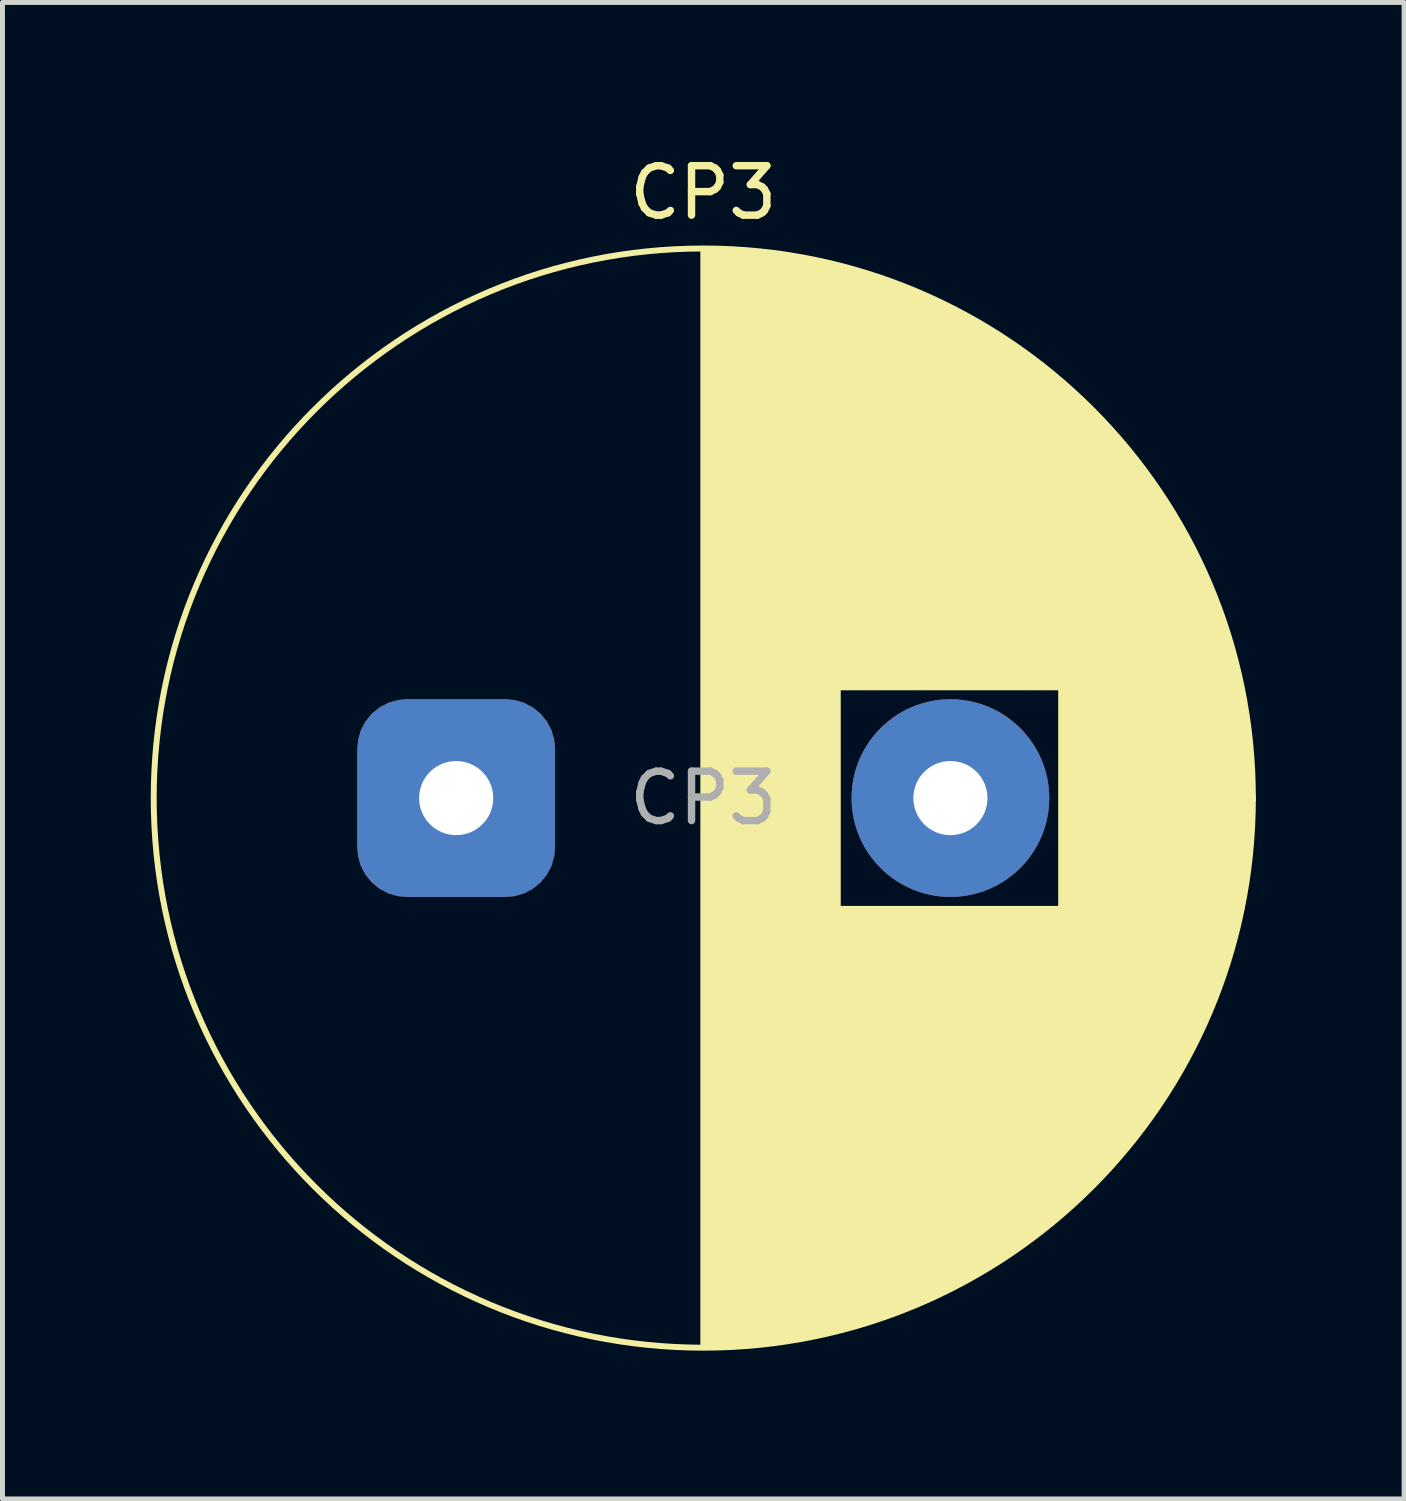
<source format=kicad_pcb>
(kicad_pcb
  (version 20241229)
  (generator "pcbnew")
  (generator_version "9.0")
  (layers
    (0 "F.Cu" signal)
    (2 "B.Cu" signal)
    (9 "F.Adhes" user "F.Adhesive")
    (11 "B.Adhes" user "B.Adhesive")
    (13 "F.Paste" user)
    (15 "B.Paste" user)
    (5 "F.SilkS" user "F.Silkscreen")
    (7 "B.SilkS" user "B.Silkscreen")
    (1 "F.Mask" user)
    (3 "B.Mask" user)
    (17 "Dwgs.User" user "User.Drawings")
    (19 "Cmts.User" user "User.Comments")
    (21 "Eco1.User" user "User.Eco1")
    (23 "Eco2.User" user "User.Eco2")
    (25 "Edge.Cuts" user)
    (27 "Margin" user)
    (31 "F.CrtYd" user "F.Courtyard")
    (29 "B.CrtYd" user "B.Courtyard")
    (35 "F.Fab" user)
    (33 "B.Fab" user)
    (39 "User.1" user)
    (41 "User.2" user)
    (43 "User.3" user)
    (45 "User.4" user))
  (footprint "CP3"
    (layer "F.Cu")
    (at 6.18 13.098)
    (property "Reference" "CP3" (at 5 -12.25 0) (layer "F.SilkS") (effects (font (size 1 1) (thickness 0.15))))
    (attr through_hole)
    (fp_line (start 5 -11.081) (end 5 11.081) (stroke (width 0.12) (type solid)) (layer "F.SilkS"))
    (fp_line (start 5.04 -11.08) (end 5.04 11.08) (stroke (width 0.12) (type solid)) (layer "F.SilkS"))
    (fp_line (start 5.08 -11.08) (end 5.08 11.08) (stroke (width 0.12) (type solid)) (layer "F.SilkS"))
    (fp_line (start 5.12 -11.08) (end 5.12 11.08) (stroke (width 0.12) (type solid)) (layer "F.SilkS"))
    (fp_line (start 5.16 -11.079) (end 5.16 11.079) (stroke (width 0.12) (type solid)) (layer "F.SilkS"))
    (fp_line (start 5.2 -11.079) (end 5.2 11.079) (stroke (width 0.12) (type solid)) (layer "F.SilkS"))
    (fp_line (start 5.24 -11.078) (end 5.24 11.078) (stroke (width 0.12) (type solid)) (layer "F.SilkS"))
    (fp_line (start 5.28 -11.077) (end 5.28 11.077) (stroke (width 0.12) (type solid)) (layer "F.SilkS"))
    (fp_line (start 5.32 -11.076) (end 5.32 11.076) (stroke (width 0.12) (type solid)) (layer "F.SilkS"))
    (fp_line (start 5.36 -11.075) (end 5.36 11.075) (stroke (width 0.12) (type solid)) (layer "F.SilkS"))
    (fp_line (start 5.4 -11.073) (end 5.4 11.073) (stroke (width 0.12) (type solid)) (layer "F.SilkS"))
    (fp_line (start 5.44 -11.072) (end 5.44 11.072) (stroke (width 0.12) (type solid)) (layer "F.SilkS"))
    (fp_line (start 5.48 -11.07) (end 5.48 11.07) (stroke (width 0.12) (type solid)) (layer "F.SilkS"))
    (fp_line (start 5.52 -11.068) (end 5.52 11.068) (stroke (width 0.12) (type solid)) (layer "F.SilkS"))
    (fp_line (start 5.56 -11.066) (end 5.56 11.066) (stroke (width 0.12) (type solid)) (layer "F.SilkS"))
    (fp_line (start 5.6 -11.064) (end 5.6 11.064) (stroke (width 0.12) (type solid)) (layer "F.SilkS"))
    (fp_line (start 5.64 -11.062) (end 5.64 11.062) (stroke (width 0.12) (type solid)) (layer "F.SilkS"))
    (fp_line (start 5.68 -11.06) (end 5.68 11.06) (stroke (width 0.12) (type solid)) (layer "F.SilkS"))
    (fp_line (start 5.721 -11.057) (end 5.721 11.057) (stroke (width 0.12) (type solid)) (layer "F.SilkS"))
    (fp_line (start 5.761 -11.054) (end 5.761 11.054) (stroke (width 0.12) (type solid)) (layer "F.SilkS"))
    (fp_line (start 5.801 -11.052) (end 5.801 11.052) (stroke (width 0.12) (type solid)) (layer "F.SilkS"))
    (fp_line (start 5.841 -11.049) (end 5.841 11.049) (stroke (width 0.12) (type solid)) (layer "F.SilkS"))
    (fp_line (start 5.881 -11.046) (end 5.881 11.046) (stroke (width 0.12) (type solid)) (layer "F.SilkS"))
    (fp_line (start 5.921 -11.042) (end 5.921 11.042) (stroke (width 0.12) (type solid)) (layer "F.SilkS"))
    (fp_line (start 5.961 -11.039) (end 5.961 11.039) (stroke (width 0.12) (type solid)) (layer "F.SilkS"))
    (fp_line (start 6.001 -11.035) (end 6.001 11.035) (stroke (width 0.12) (type solid)) (layer "F.SilkS"))
    (fp_line (start 6.041 -11.032) (end 6.041 11.032) (stroke (width 0.12) (type solid)) (layer "F.SilkS"))
    (fp_line (start 6.081 -11.028) (end 6.081 11.028) (stroke (width 0.12) (type solid)) (layer "F.SilkS"))
    (fp_line (start 6.121 -11.024) (end 6.121 11.024) (stroke (width 0.12) (type solid)) (layer "F.SilkS"))
    (fp_line (start 6.161 -11.02) (end 6.161 11.02) (stroke (width 0.12) (type solid)) (layer "F.SilkS"))
    (fp_line (start 6.201 -11.016) (end 6.201 11.016) (stroke (width 0.12) (type solid)) (layer "F.SilkS"))
    (fp_line (start 6.241 -11.011) (end 6.241 11.011) (stroke (width 0.12) (type solid)) (layer "F.SilkS"))
    (fp_line (start 6.281 -11.007) (end 6.281 11.007) (stroke (width 0.12) (type solid)) (layer "F.SilkS"))
    (fp_line (start 6.321 -11.002) (end 6.321 11.002) (stroke (width 0.12) (type solid)) (layer "F.SilkS"))
    (fp_line (start 6.361 -10.997) (end 6.361 10.997) (stroke (width 0.12) (type solid)) (layer "F.SilkS"))
    (fp_line (start 6.401 -10.992) (end 6.401 10.992) (stroke (width 0.12) (type solid)) (layer "F.SilkS"))
    (fp_line (start 6.441 -10.987) (end 6.441 10.987) (stroke (width 0.12) (type solid)) (layer "F.SilkS"))
    (fp_line (start 6.481 -10.982) (end 6.481 10.982) (stroke (width 0.12) (type solid)) (layer "F.SilkS"))
    (fp_line (start 6.521 -10.976) (end 6.521 10.976) (stroke (width 0.12) (type solid)) (layer "F.SilkS"))
    (fp_line (start 6.561 -10.971) (end 6.561 10.971) (stroke (width 0.12) (type solid)) (layer "F.SilkS"))
    (fp_line (start 6.601 -10.965) (end 6.601 10.965) (stroke (width 0.12) (type solid)) (layer "F.SilkS"))
    (fp_line (start 6.641 -10.959) (end 6.641 10.959) (stroke (width 0.12) (type solid)) (layer "F.SilkS"))
    (fp_line (start 6.681 -10.953) (end 6.681 10.953) (stroke (width 0.12) (type solid)) (layer "F.SilkS"))
    (fp_line (start 6.721 -10.947) (end 6.721 10.947) (stroke (width 0.12) (type solid)) (layer "F.SilkS"))
    (fp_line (start 6.761 -10.94) (end 6.761 10.94) (stroke (width 0.12) (type solid)) (layer "F.SilkS"))
    (fp_line (start 6.801 -10.934) (end 6.801 10.934) (stroke (width 0.12) (type solid)) (layer "F.SilkS"))
    (fp_line (start 6.841 -10.927) (end 6.841 10.927) (stroke (width 0.12) (type solid)) (layer "F.SilkS"))
    (fp_line (start 6.881 -10.92) (end 6.881 10.92) (stroke (width 0.12) (type solid)) (layer "F.SilkS"))
    (fp_line (start 6.921 -10.913) (end 6.921 10.913) (stroke (width 0.12) (type solid)) (layer "F.SilkS"))
    (fp_line (start 6.961 -10.906) (end 6.961 10.906) (stroke (width 0.12) (type solid)) (layer "F.SilkS"))
    (fp_line (start 7.001 -10.899) (end 7.001 10.899) (stroke (width 0.12) (type solid)) (layer "F.SilkS"))
    (fp_line (start 7.041 -10.892) (end 7.041 10.892) (stroke (width 0.12) (type solid)) (layer "F.SilkS"))
    (fp_line (start 7.081 -10.884) (end 7.081 10.884) (stroke (width 0.12) (type solid)) (layer "F.SilkS"))
    (fp_line (start 7.121 -10.877) (end 7.121 10.877) (stroke (width 0.12) (type solid)) (layer "F.SilkS"))
    (fp_line (start 7.161 -10.869) (end 7.161 10.869) (stroke (width 0.12) (type solid)) (layer "F.SilkS"))
    (fp_line (start 7.201 -10.861) (end 7.201 10.861) (stroke (width 0.12) (type solid)) (layer "F.SilkS"))
    (fp_line (start 7.241 -10.853) (end 7.241 10.853) (stroke (width 0.12) (type solid)) (layer "F.SilkS"))
    (fp_line (start 7.281 -10.844) (end 7.281 10.844) (stroke (width 0.12) (type solid)) (layer "F.SilkS"))
    (fp_line (start 7.321 -10.836) (end 7.321 10.836) (stroke (width 0.12) (type solid)) (layer "F.SilkS"))
    (fp_line (start 7.361 -10.827) (end 7.361 10.827) (stroke (width 0.12) (type solid)) (layer "F.SilkS"))
    (fp_line (start 7.401 -10.818) (end 7.401 10.818) (stroke (width 0.12) (type solid)) (layer "F.SilkS"))
    (fp_line (start 7.441 -10.809) (end 7.441 10.809) (stroke (width 0.12) (type solid)) (layer "F.SilkS"))
    (fp_line (start 7.481 -10.8) (end 7.481 10.8) (stroke (width 0.12) (type solid)) (layer "F.SilkS"))
    (fp_line (start 7.521 -10.791) (end 7.521 10.791) (stroke (width 0.12) (type solid)) (layer "F.SilkS"))
    (fp_line (start 7.561 -10.782) (end 7.561 10.782) (stroke (width 0.12) (type solid)) (layer "F.SilkS"))
    (fp_line (start 7.601 -10.772) (end 7.601 10.772) (stroke (width 0.12) (type solid)) (layer "F.SilkS"))
    (fp_line (start 7.641 -10.763) (end 7.641 10.763) (stroke (width 0.12) (type solid)) (layer "F.SilkS"))
    (fp_line (start 7.681 -10.753) (end 7.681 10.753) (stroke (width 0.12) (type solid)) (layer "F.SilkS"))
    (fp_line (start 7.721 -10.743) (end 7.721 10.743) (stroke (width 0.12) (type solid)) (layer "F.SilkS"))
    (fp_line (start 7.761 -10.733) (end 7.761 -2.24) (stroke (width 0.12) (type solid)) (layer "F.SilkS"))
    (fp_line (start 7.761 2.24) (end 7.761 10.733) (stroke (width 0.12) (type solid)) (layer "F.SilkS"))
    (fp_line (start 7.801 -10.722) (end 7.801 -2.24) (stroke (width 0.12) (type solid)) (layer "F.SilkS"))
    (fp_line (start 7.801 2.24) (end 7.801 10.722) (stroke (width 0.12) (type solid)) (layer "F.SilkS"))
    (fp_line (start 7.841 -10.712) (end 7.841 -2.24) (stroke (width 0.12) (type solid)) (layer "F.SilkS"))
    (fp_line (start 7.841 2.24) (end 7.841 10.712) (stroke (width 0.12) (type solid)) (layer "F.SilkS"))
    (fp_line (start 7.881 -10.701) (end 7.881 -2.24) (stroke (width 0.12) (type solid)) (layer "F.SilkS"))
    (fp_line (start 7.881 2.24) (end 7.881 10.701) (stroke (width 0.12) (type solid)) (layer "F.SilkS"))
    (fp_line (start 7.921 -10.69) (end 7.921 -2.24) (stroke (width 0.12) (type solid)) (layer "F.SilkS"))
    (fp_line (start 7.921 2.24) (end 7.921 10.69) (stroke (width 0.12) (type solid)) (layer "F.SilkS"))
    (fp_line (start 7.961 -10.679) (end 7.961 -2.24) (stroke (width 0.12) (type solid)) (layer "F.SilkS"))
    (fp_line (start 7.961 2.24) (end 7.961 10.679) (stroke (width 0.12) (type solid)) (layer "F.SilkS"))
    (fp_line (start 8.001 -10.668) (end 8.001 -2.24) (stroke (width 0.12) (type solid)) (layer "F.SilkS"))
    (fp_line (start 8.001 2.24) (end 8.001 10.668) (stroke (width 0.12) (type solid)) (layer "F.SilkS"))
    (fp_line (start 8.041 -10.657) (end 8.041 -2.24) (stroke (width 0.12) (type solid)) (layer "F.SilkS"))
    (fp_line (start 8.041 2.24) (end 8.041 10.657) (stroke (width 0.12) (type solid)) (layer "F.SilkS"))
    (fp_line (start 8.081 -10.645) (end 8.081 -2.24) (stroke (width 0.12) (type solid)) (layer "F.SilkS"))
    (fp_line (start 8.081 2.24) (end 8.081 10.645) (stroke (width 0.12) (type solid)) (layer "F.SilkS"))
    (fp_line (start 8.121 -10.634) (end 8.121 -2.24) (stroke (width 0.12) (type solid)) (layer "F.SilkS"))
    (fp_line (start 8.121 2.24) (end 8.121 10.634) (stroke (width 0.12) (type solid)) (layer "F.SilkS"))
    (fp_line (start 8.161 -10.622) (end 8.161 -2.24) (stroke (width 0.12) (type solid)) (layer "F.SilkS"))
    (fp_line (start 8.161 2.24) (end 8.161 10.622) (stroke (width 0.12) (type solid)) (layer "F.SilkS"))
    (fp_line (start 8.201 -10.61) (end 8.201 -2.24) (stroke (width 0.12) (type solid)) (layer "F.SilkS"))
    (fp_line (start 8.201 2.24) (end 8.201 10.61) (stroke (width 0.12) (type solid)) (layer "F.SilkS"))
    (fp_line (start 8.241 -10.598) (end 8.241 -2.24) (stroke (width 0.12) (type solid)) (layer "F.SilkS"))
    (fp_line (start 8.241 2.24) (end 8.241 10.598) (stroke (width 0.12) (type solid)) (layer "F.SilkS"))
    (fp_line (start 8.281 -10.586) (end 8.281 -2.24) (stroke (width 0.12) (type solid)) (layer "F.SilkS"))
    (fp_line (start 8.281 2.24) (end 8.281 10.586) (stroke (width 0.12) (type solid)) (layer "F.SilkS"))
    (fp_line (start 8.321 -10.573) (end 8.321 -2.24) (stroke (width 0.12) (type solid)) (layer "F.SilkS"))
    (fp_line (start 8.321 2.24) (end 8.321 10.573) (stroke (width 0.12) (type solid)) (layer "F.SilkS"))
    (fp_line (start 8.361 -10.561) (end 8.361 -2.24) (stroke (width 0.12) (type solid)) (layer "F.SilkS"))
    (fp_line (start 8.361 2.24) (end 8.361 10.561) (stroke (width 0.12) (type solid)) (layer "F.SilkS"))
    (fp_line (start 8.401 -10.548) (end 8.401 -2.24) (stroke (width 0.12) (type solid)) (layer "F.SilkS"))
    (fp_line (start 8.401 2.24) (end 8.401 10.548) (stroke (width 0.12) (type solid)) (layer "F.SilkS"))
    (fp_line (start 8.441 -10.535) (end 8.441 -2.24) (stroke (width 0.12) (type solid)) (layer "F.SilkS"))
    (fp_line (start 8.441 2.24) (end 8.441 10.535) (stroke (width 0.12) (type solid)) (layer "F.SilkS"))
    (fp_line (start 8.481 -10.522) (end 8.481 -2.24) (stroke (width 0.12) (type solid)) (layer "F.SilkS"))
    (fp_line (start 8.481 2.24) (end 8.481 10.522) (stroke (width 0.12) (type solid)) (layer "F.SilkS"))
    (fp_line (start 8.521 -10.509) (end 8.521 -2.24) (stroke (width 0.12) (type solid)) (layer "F.SilkS"))
    (fp_line (start 8.521 2.24) (end 8.521 10.509) (stroke (width 0.12) (type solid)) (layer "F.SilkS"))
    (fp_line (start 8.561 -10.495) (end 8.561 -2.24) (stroke (width 0.12) (type solid)) (layer "F.SilkS"))
    (fp_line (start 8.561 2.24) (end 8.561 10.495) (stroke (width 0.12) (type solid)) (layer "F.SilkS"))
    (fp_line (start 8.601 -10.482) (end 8.601 -2.24) (stroke (width 0.12) (type solid)) (layer "F.SilkS"))
    (fp_line (start 8.601 2.24) (end 8.601 10.482) (stroke (width 0.12) (type solid)) (layer "F.SilkS"))
    (fp_line (start 8.641 -10.468) (end 8.641 -2.24) (stroke (width 0.12) (type solid)) (layer "F.SilkS"))
    (fp_line (start 8.641 2.24) (end 8.641 10.468) (stroke (width 0.12) (type solid)) (layer "F.SilkS"))
    (fp_line (start 8.681 -10.454) (end 8.681 -2.24) (stroke (width 0.12) (type solid)) (layer "F.SilkS"))
    (fp_line (start 8.681 2.24) (end 8.681 10.454) (stroke (width 0.12) (type solid)) (layer "F.SilkS"))
    (fp_line (start 8.721 -10.44) (end 8.721 -2.24) (stroke (width 0.12) (type solid)) (layer "F.SilkS"))
    (fp_line (start 8.721 2.24) (end 8.721 10.44) (stroke (width 0.12) (type solid)) (layer "F.SilkS"))
    (fp_line (start 8.761 -10.426) (end 8.761 -2.24) (stroke (width 0.12) (type solid)) (layer "F.SilkS"))
    (fp_line (start 8.761 2.24) (end 8.761 10.426) (stroke (width 0.12) (type solid)) (layer "F.SilkS"))
    (fp_line (start 8.801 -10.411) (end 8.801 -2.24) (stroke (width 0.12) (type solid)) (layer "F.SilkS"))
    (fp_line (start 8.801 2.24) (end 8.801 10.411) (stroke (width 0.12) (type solid)) (layer "F.SilkS"))
    (fp_line (start 8.841 -10.396) (end 8.841 -2.24) (stroke (width 0.12) (type solid)) (layer "F.SilkS"))
    (fp_line (start 8.841 2.24) (end 8.841 10.396) (stroke (width 0.12) (type solid)) (layer "F.SilkS"))
    (fp_line (start 8.881 -10.382) (end 8.881 -2.24) (stroke (width 0.12) (type solid)) (layer "F.SilkS"))
    (fp_line (start 8.881 2.24) (end 8.881 10.382) (stroke (width 0.12) (type solid)) (layer "F.SilkS"))
    (fp_line (start 8.921 -10.367) (end 8.921 -2.24) (stroke (width 0.12) (type solid)) (layer "F.SilkS"))
    (fp_line (start 8.921 2.24) (end 8.921 10.367) (stroke (width 0.12) (type solid)) (layer "F.SilkS"))
    (fp_line (start 8.961 -10.351) (end 8.961 -2.24) (stroke (width 0.12) (type solid)) (layer "F.SilkS"))
    (fp_line (start 8.961 2.24) (end 8.961 10.351) (stroke (width 0.12) (type solid)) (layer "F.SilkS"))
    (fp_line (start 9.001 -10.336) (end 9.001 -2.24) (stroke (width 0.12) (type solid)) (layer "F.SilkS"))
    (fp_line (start 9.001 2.24) (end 9.001 10.336) (stroke (width 0.12) (type solid)) (layer "F.SilkS"))
    (fp_line (start 9.041 -10.321) (end 9.041 -2.24) (stroke (width 0.12) (type solid)) (layer "F.SilkS"))
    (fp_line (start 9.041 2.24) (end 9.041 10.321) (stroke (width 0.12) (type solid)) (layer "F.SilkS"))
    (fp_line (start 9.081 -10.305) (end 9.081 -2.24) (stroke (width 0.12) (type solid)) (layer "F.SilkS"))
    (fp_line (start 9.081 2.24) (end 9.081 10.305) (stroke (width 0.12) (type solid)) (layer "F.SilkS"))
    (fp_line (start 9.121 -10.289) (end 9.121 -2.24) (stroke (width 0.12) (type solid)) (layer "F.SilkS"))
    (fp_line (start 9.121 2.24) (end 9.121 10.289) (stroke (width 0.12) (type solid)) (layer "F.SilkS"))
    (fp_line (start 9.161 -10.273) (end 9.161 -2.24) (stroke (width 0.12) (type solid)) (layer "F.SilkS"))
    (fp_line (start 9.161 2.24) (end 9.161 10.273) (stroke (width 0.12) (type solid)) (layer "F.SilkS"))
    (fp_line (start 9.201 -10.257) (end 9.201 -2.24) (stroke (width 0.12) (type solid)) (layer "F.SilkS"))
    (fp_line (start 9.201 2.24) (end 9.201 10.257) (stroke (width 0.12) (type solid)) (layer "F.SilkS"))
    (fp_line (start 9.241 -10.24) (end 9.241 -2.24) (stroke (width 0.12) (type solid)) (layer "F.SilkS"))
    (fp_line (start 9.241 2.24) (end 9.241 10.24) (stroke (width 0.12) (type solid)) (layer "F.SilkS"))
    (fp_line (start 9.281 -10.224) (end 9.281 -2.24) (stroke (width 0.12) (type solid)) (layer "F.SilkS"))
    (fp_line (start 9.281 2.24) (end 9.281 10.224) (stroke (width 0.12) (type solid)) (layer "F.SilkS"))
    (fp_line (start 9.321 -10.207) (end 9.321 -2.24) (stroke (width 0.12) (type solid)) (layer "F.SilkS"))
    (fp_line (start 9.321 2.24) (end 9.321 10.207) (stroke (width 0.12) (type solid)) (layer "F.SilkS"))
    (fp_line (start 9.361 -10.19) (end 9.361 -2.24) (stroke (width 0.12) (type solid)) (layer "F.SilkS"))
    (fp_line (start 9.361 2.24) (end 9.361 10.19) (stroke (width 0.12) (type solid)) (layer "F.SilkS"))
    (fp_line (start 9.401 -10.173) (end 9.401 -2.24) (stroke (width 0.12) (type solid)) (layer "F.SilkS"))
    (fp_line (start 9.401 2.24) (end 9.401 10.173) (stroke (width 0.12) (type solid)) (layer "F.SilkS"))
    (fp_line (start 9.441 -10.156) (end 9.441 -2.24) (stroke (width 0.12) (type solid)) (layer "F.SilkS"))
    (fp_line (start 9.441 2.24) (end 9.441 10.156) (stroke (width 0.12) (type solid)) (layer "F.SilkS"))
    (fp_line (start 9.481 -10.138) (end 9.481 -2.24) (stroke (width 0.12) (type solid)) (layer "F.SilkS"))
    (fp_line (start 9.481 2.24) (end 9.481 10.138) (stroke (width 0.12) (type solid)) (layer "F.SilkS"))
    (fp_line (start 9.521 -10.12) (end 9.521 -2.24) (stroke (width 0.12) (type solid)) (layer "F.SilkS"))
    (fp_line (start 9.521 2.24) (end 9.521 10.12) (stroke (width 0.12) (type solid)) (layer "F.SilkS"))
    (fp_line (start 9.561 -10.103) (end 9.561 -2.24) (stroke (width 0.12) (type solid)) (layer "F.SilkS"))
    (fp_line (start 9.561 2.24) (end 9.561 10.103) (stroke (width 0.12) (type solid)) (layer "F.SilkS"))
    (fp_line (start 9.601 -10.084) (end 9.601 -2.24) (stroke (width 0.12) (type solid)) (layer "F.SilkS"))
    (fp_line (start 9.601 2.24) (end 9.601 10.084) (stroke (width 0.12) (type solid)) (layer "F.SilkS"))
    (fp_line (start 9.641 -10.066) (end 9.641 -2.24) (stroke (width 0.12) (type solid)) (layer "F.SilkS"))
    (fp_line (start 9.641 2.24) (end 9.641 10.066) (stroke (width 0.12) (type solid)) (layer "F.SilkS"))
    (fp_line (start 9.681 -10.048) (end 9.681 -2.24) (stroke (width 0.12) (type solid)) (layer "F.SilkS"))
    (fp_line (start 9.681 2.24) (end 9.681 10.048) (stroke (width 0.12) (type solid)) (layer "F.SilkS"))
    (fp_line (start 9.721 -10.029) (end 9.721 -2.24) (stroke (width 0.12) (type solid)) (layer "F.SilkS"))
    (fp_line (start 9.721 2.24) (end 9.721 10.029) (stroke (width 0.12) (type solid)) (layer "F.SilkS"))
    (fp_line (start 9.761 -10.01) (end 9.761 -2.24) (stroke (width 0.12) (type solid)) (layer "F.SilkS"))
    (fp_line (start 9.761 2.24) (end 9.761 10.01) (stroke (width 0.12) (type solid)) (layer "F.SilkS"))
    (fp_line (start 9.801 -9.991) (end 9.801 -2.24) (stroke (width 0.12) (type solid)) (layer "F.SilkS"))
    (fp_line (start 9.801 2.24) (end 9.801 9.991) (stroke (width 0.12) (type solid)) (layer "F.SilkS"))
    (fp_line (start 9.841 -9.972) (end 9.841 -2.24) (stroke (width 0.12) (type solid)) (layer "F.SilkS"))
    (fp_line (start 9.841 2.24) (end 9.841 9.972) (stroke (width 0.12) (type solid)) (layer "F.SilkS"))
    (fp_line (start 9.881 -9.952) (end 9.881 -2.24) (stroke (width 0.12) (type solid)) (layer "F.SilkS"))
    (fp_line (start 9.881 2.24) (end 9.881 9.952) (stroke (width 0.12) (type solid)) (layer "F.SilkS"))
    (fp_line (start 9.921 -9.933) (end 9.921 -2.24) (stroke (width 0.12) (type solid)) (layer "F.SilkS"))
    (fp_line (start 9.921 2.24) (end 9.921 9.933) (stroke (width 0.12) (type solid)) (layer "F.SilkS"))
    (fp_line (start 9.961 -9.913) (end 9.961 -2.24) (stroke (width 0.12) (type solid)) (layer "F.SilkS"))
    (fp_line (start 9.961 2.24) (end 9.961 9.913) (stroke (width 0.12) (type solid)) (layer "F.SilkS"))
    (fp_line (start 10.001 -9.893) (end 10.001 -2.24) (stroke (width 0.12) (type solid)) (layer "F.SilkS"))
    (fp_line (start 10.001 2.24) (end 10.001 9.893) (stroke (width 0.12) (type solid)) (layer "F.SilkS"))
    (fp_line (start 10.041 -9.873) (end 10.041 -2.24) (stroke (width 0.12) (type solid)) (layer "F.SilkS"))
    (fp_line (start 10.041 2.24) (end 10.041 9.873) (stroke (width 0.12) (type solid)) (layer "F.SilkS"))
    (fp_line (start 10.081 -9.852) (end 10.081 -2.24) (stroke (width 0.12) (type solid)) (layer "F.SilkS"))
    (fp_line (start 10.081 2.24) (end 10.081 9.852) (stroke (width 0.12) (type solid)) (layer "F.SilkS"))
    (fp_line (start 10.121 -9.832) (end 10.121 -2.24) (stroke (width 0.12) (type solid)) (layer "F.SilkS"))
    (fp_line (start 10.121 2.24) (end 10.121 9.832) (stroke (width 0.12) (type solid)) (layer "F.SilkS"))
    (fp_line (start 10.161 -9.811) (end 10.161 -2.24) (stroke (width 0.12) (type solid)) (layer "F.SilkS"))
    (fp_line (start 10.161 2.24) (end 10.161 9.811) (stroke (width 0.12) (type solid)) (layer "F.SilkS"))
    (fp_line (start 10.201 -9.79) (end 10.201 -2.24) (stroke (width 0.12) (type solid)) (layer "F.SilkS"))
    (fp_line (start 10.201 2.24) (end 10.201 9.79) (stroke (width 0.12) (type solid)) (layer "F.SilkS"))
    (fp_line (start 10.241 -9.768) (end 10.241 -2.24) (stroke (width 0.12) (type solid)) (layer "F.SilkS"))
    (fp_line (start 10.241 2.24) (end 10.241 9.768) (stroke (width 0.12) (type solid)) (layer "F.SilkS"))
    (fp_line (start 10.281 -9.747) (end 10.281 -2.24) (stroke (width 0.12) (type solid)) (layer "F.SilkS"))
    (fp_line (start 10.281 2.24) (end 10.281 9.747) (stroke (width 0.12) (type solid)) (layer "F.SilkS"))
    (fp_line (start 10.321 -9.725) (end 10.321 -2.24) (stroke (width 0.12) (type solid)) (layer "F.SilkS"))
    (fp_line (start 10.321 2.24) (end 10.321 9.725) (stroke (width 0.12) (type solid)) (layer "F.SilkS"))
    (fp_line (start 10.361 -9.703) (end 10.361 -2.24) (stroke (width 0.12) (type solid)) (layer "F.SilkS"))
    (fp_line (start 10.361 2.24) (end 10.361 9.703) (stroke (width 0.12) (type solid)) (layer "F.SilkS"))
    (fp_line (start 10.401 -9.681) (end 10.401 -2.24) (stroke (width 0.12) (type solid)) (layer "F.SilkS"))
    (fp_line (start 10.401 2.24) (end 10.401 9.681) (stroke (width 0.12) (type solid)) (layer "F.SilkS"))
    (fp_line (start 10.441 -9.659) (end 10.441 -2.24) (stroke (width 0.12) (type solid)) (layer "F.SilkS"))
    (fp_line (start 10.441 2.24) (end 10.441 9.659) (stroke (width 0.12) (type solid)) (layer "F.SilkS"))
    (fp_line (start 10.481 -9.636) (end 10.481 -2.24) (stroke (width 0.12) (type solid)) (layer "F.SilkS"))
    (fp_line (start 10.481 2.24) (end 10.481 9.636) (stroke (width 0.12) (type solid)) (layer "F.SilkS"))
    (fp_line (start 10.521 -9.614) (end 10.521 -2.24) (stroke (width 0.12) (type solid)) (layer "F.SilkS"))
    (fp_line (start 10.521 2.24) (end 10.521 9.614) (stroke (width 0.12) (type solid)) (layer "F.SilkS"))
    (fp_line (start 10.561 -9.591) (end 10.561 -2.24) (stroke (width 0.12) (type solid)) (layer "F.SilkS"))
    (fp_line (start 10.561 2.24) (end 10.561 9.591) (stroke (width 0.12) (type solid)) (layer "F.SilkS"))
    (fp_line (start 10.601 -9.567) (end 10.601 -2.24) (stroke (width 0.12) (type solid)) (layer "F.SilkS"))
    (fp_line (start 10.601 2.24) (end 10.601 9.567) (stroke (width 0.12) (type solid)) (layer "F.SilkS"))
    (fp_line (start 10.641 -9.544) (end 10.641 -2.24) (stroke (width 0.12) (type solid)) (layer "F.SilkS"))
    (fp_line (start 10.641 2.24) (end 10.641 9.544) (stroke (width 0.12) (type solid)) (layer "F.SilkS"))
    (fp_line (start 10.681 -9.52) (end 10.681 -2.24) (stroke (width 0.12) (type solid)) (layer "F.SilkS"))
    (fp_line (start 10.681 2.24) (end 10.681 9.52) (stroke (width 0.12) (type solid)) (layer "F.SilkS"))
    (fp_line (start 10.721 -9.497) (end 10.721 -2.24) (stroke (width 0.12) (type solid)) (layer "F.SilkS"))
    (fp_line (start 10.721 2.24) (end 10.721 9.497) (stroke (width 0.12) (type solid)) (layer "F.SilkS"))
    (fp_line (start 10.761 -9.472) (end 10.761 -2.24) (stroke (width 0.12) (type solid)) (layer "F.SilkS"))
    (fp_line (start 10.761 2.24) (end 10.761 9.472) (stroke (width 0.12) (type solid)) (layer "F.SilkS"))
    (fp_line (start 10.801 -9.448) (end 10.801 -2.24) (stroke (width 0.12) (type solid)) (layer "F.SilkS"))
    (fp_line (start 10.801 2.24) (end 10.801 9.448) (stroke (width 0.12) (type solid)) (layer "F.SilkS"))
    (fp_line (start 10.841 -9.424) (end 10.841 -2.24) (stroke (width 0.12) (type solid)) (layer "F.SilkS"))
    (fp_line (start 10.841 2.24) (end 10.841 9.424) (stroke (width 0.12) (type solid)) (layer "F.SilkS"))
    (fp_line (start 10.881 -9.399) (end 10.881 -2.24) (stroke (width 0.12) (type solid)) (layer "F.SilkS"))
    (fp_line (start 10.881 2.24) (end 10.881 9.399) (stroke (width 0.12) (type solid)) (layer "F.SilkS"))
    (fp_line (start 10.921 -9.374) (end 10.921 -2.24) (stroke (width 0.12) (type solid)) (layer "F.SilkS"))
    (fp_line (start 10.921 2.24) (end 10.921 9.374) (stroke (width 0.12) (type solid)) (layer "F.SilkS"))
    (fp_line (start 10.961 -9.348) (end 10.961 -2.24) (stroke (width 0.12) (type solid)) (layer "F.SilkS"))
    (fp_line (start 10.961 2.24) (end 10.961 9.348) (stroke (width 0.12) (type solid)) (layer "F.SilkS"))
    (fp_line (start 11.001 -9.323) (end 11.001 -2.24) (stroke (width 0.12) (type solid)) (layer "F.SilkS"))
    (fp_line (start 11.001 2.24) (end 11.001 9.323) (stroke (width 0.12) (type solid)) (layer "F.SilkS"))
    (fp_line (start 11.041 -9.297) (end 11.041 -2.24) (stroke (width 0.12) (type solid)) (layer "F.SilkS"))
    (fp_line (start 11.041 2.24) (end 11.041 9.297) (stroke (width 0.12) (type solid)) (layer "F.SilkS"))
    (fp_line (start 11.081 -9.271) (end 11.081 -2.24) (stroke (width 0.12) (type solid)) (layer "F.SilkS"))
    (fp_line (start 11.081 2.24) (end 11.081 9.271) (stroke (width 0.12) (type solid)) (layer "F.SilkS"))
    (fp_line (start 11.121 -9.245) (end 11.121 -2.24) (stroke (width 0.12) (type solid)) (layer "F.SilkS"))
    (fp_line (start 11.121 2.24) (end 11.121 9.245) (stroke (width 0.12) (type solid)) (layer "F.SilkS"))
    (fp_line (start 11.161 -9.218) (end 11.161 -2.24) (stroke (width 0.12) (type solid)) (layer "F.SilkS"))
    (fp_line (start 11.161 2.24) (end 11.161 9.218) (stroke (width 0.12) (type solid)) (layer "F.SilkS"))
    (fp_line (start 11.201 -9.192) (end 11.201 -2.24) (stroke (width 0.12) (type solid)) (layer "F.SilkS"))
    (fp_line (start 11.201 2.24) (end 11.201 9.192) (stroke (width 0.12) (type solid)) (layer "F.SilkS"))
    (fp_line (start 11.241 -9.165) (end 11.241 -2.24) (stroke (width 0.12) (type solid)) (layer "F.SilkS"))
    (fp_line (start 11.241 2.24) (end 11.241 9.165) (stroke (width 0.12) (type solid)) (layer "F.SilkS"))
    (fp_line (start 11.281 -9.137) (end 11.281 -2.24) (stroke (width 0.12) (type solid)) (layer "F.SilkS"))
    (fp_line (start 11.281 2.24) (end 11.281 9.137) (stroke (width 0.12) (type solid)) (layer "F.SilkS"))
    (fp_line (start 11.321 -9.11) (end 11.321 -2.24) (stroke (width 0.12) (type solid)) (layer "F.SilkS"))
    (fp_line (start 11.321 2.24) (end 11.321 9.11) (stroke (width 0.12) (type solid)) (layer "F.SilkS"))
    (fp_line (start 11.361 -9.082) (end 11.361 -2.24) (stroke (width 0.12) (type solid)) (layer "F.SilkS"))
    (fp_line (start 11.361 2.24) (end 11.361 9.082) (stroke (width 0.12) (type solid)) (layer "F.SilkS"))
    (fp_line (start 11.401 -9.054) (end 11.401 -2.24) (stroke (width 0.12) (type solid)) (layer "F.SilkS"))
    (fp_line (start 11.401 2.24) (end 11.401 9.054) (stroke (width 0.12) (type solid)) (layer "F.SilkS"))
    (fp_line (start 11.441 -9.026) (end 11.441 -2.24) (stroke (width 0.12) (type solid)) (layer "F.SilkS"))
    (fp_line (start 11.441 2.24) (end 11.441 9.026) (stroke (width 0.12) (type solid)) (layer "F.SilkS"))
    (fp_line (start 11.481 -8.997) (end 11.481 -2.24) (stroke (width 0.12) (type solid)) (layer "F.SilkS"))
    (fp_line (start 11.481 2.24) (end 11.481 8.997) (stroke (width 0.12) (type solid)) (layer "F.SilkS"))
    (fp_line (start 11.521 -8.968) (end 11.521 -2.24) (stroke (width 0.12) (type solid)) (layer "F.SilkS"))
    (fp_line (start 11.521 2.24) (end 11.521 8.968) (stroke (width 0.12) (type solid)) (layer "F.SilkS"))
    (fp_line (start 11.561 -8.939) (end 11.561 -2.24) (stroke (width 0.12) (type solid)) (layer "F.SilkS"))
    (fp_line (start 11.561 2.24) (end 11.561 8.939) (stroke (width 0.12) (type solid)) (layer "F.SilkS"))
    (fp_line (start 11.601 -8.91) (end 11.601 -2.24) (stroke (width 0.12) (type solid)) (layer "F.SilkS"))
    (fp_line (start 11.601 2.24) (end 11.601 8.91) (stroke (width 0.12) (type solid)) (layer "F.SilkS"))
    (fp_line (start 11.641 -8.88) (end 11.641 -2.24) (stroke (width 0.12) (type solid)) (layer "F.SilkS"))
    (fp_line (start 11.641 2.24) (end 11.641 8.88) (stroke (width 0.12) (type solid)) (layer "F.SilkS"))
    (fp_line (start 11.681 -8.85) (end 11.681 -2.24) (stroke (width 0.12) (type solid)) (layer "F.SilkS"))
    (fp_line (start 11.681 2.24) (end 11.681 8.85) (stroke (width 0.12) (type solid)) (layer "F.SilkS"))
    (fp_line (start 11.721 -8.82) (end 11.721 -2.24) (stroke (width 0.12) (type solid)) (layer "F.SilkS"))
    (fp_line (start 11.721 2.24) (end 11.721 8.82) (stroke (width 0.12) (type solid)) (layer "F.SilkS"))
    (fp_line (start 11.761 -8.79) (end 11.761 -2.24) (stroke (width 0.12) (type solid)) (layer "F.SilkS"))
    (fp_line (start 11.761 2.24) (end 11.761 8.79) (stroke (width 0.12) (type solid)) (layer "F.SilkS"))
    (fp_line (start 11.801 -8.759) (end 11.801 -2.24) (stroke (width 0.12) (type solid)) (layer "F.SilkS"))
    (fp_line (start 11.801 2.24) (end 11.801 8.759) (stroke (width 0.12) (type solid)) (layer "F.SilkS"))
    (fp_line (start 11.841 -8.728) (end 11.841 -2.24) (stroke (width 0.12) (type solid)) (layer "F.SilkS"))
    (fp_line (start 11.841 2.24) (end 11.841 8.728) (stroke (width 0.12) (type solid)) (layer "F.SilkS"))
    (fp_line (start 11.881 -8.697) (end 11.881 -2.24) (stroke (width 0.12) (type solid)) (layer "F.SilkS"))
    (fp_line (start 11.881 2.24) (end 11.881 8.697) (stroke (width 0.12) (type solid)) (layer "F.SilkS"))
    (fp_line (start 11.921 -8.665) (end 11.921 -2.24) (stroke (width 0.12) (type solid)) (layer "F.SilkS"))
    (fp_line (start 11.921 2.24) (end 11.921 8.665) (stroke (width 0.12) (type solid)) (layer "F.SilkS"))
    (fp_line (start 11.961 -8.633) (end 11.961 -2.24) (stroke (width 0.12) (type solid)) (layer "F.SilkS"))
    (fp_line (start 11.961 2.24) (end 11.961 8.633) (stroke (width 0.12) (type solid)) (layer "F.SilkS"))
    (fp_line (start 12.001 -8.601) (end 12.001 -2.24) (stroke (width 0.12) (type solid)) (layer "F.SilkS"))
    (fp_line (start 12.001 2.24) (end 12.001 8.601) (stroke (width 0.12) (type solid)) (layer "F.SilkS"))
    (fp_line (start 12.041 -8.568) (end 12.041 -2.24) (stroke (width 0.12) (type solid)) (layer "F.SilkS"))
    (fp_line (start 12.041 2.24) (end 12.041 8.568) (stroke (width 0.12) (type solid)) (layer "F.SilkS"))
    (fp_line (start 12.081 -8.535) (end 12.081 -2.24) (stroke (width 0.12) (type solid)) (layer "F.SilkS"))
    (fp_line (start 12.081 2.24) (end 12.081 8.535) (stroke (width 0.12) (type solid)) (layer "F.SilkS"))
    (fp_line (start 12.121 -8.502) (end 12.121 -2.24) (stroke (width 0.12) (type solid)) (layer "F.SilkS"))
    (fp_line (start 12.121 2.24) (end 12.121 8.502) (stroke (width 0.12) (type solid)) (layer "F.SilkS"))
    (fp_line (start 12.161 -8.469) (end 12.161 -2.24) (stroke (width 0.12) (type solid)) (layer "F.SilkS"))
    (fp_line (start 12.161 2.24) (end 12.161 8.469) (stroke (width 0.12) (type solid)) (layer "F.SilkS"))
    (fp_line (start 12.201 -8.435) (end 12.201 -2.24) (stroke (width 0.12) (type solid)) (layer "F.SilkS"))
    (fp_line (start 12.201 2.24) (end 12.201 8.435) (stroke (width 0.12) (type solid)) (layer "F.SilkS"))
    (fp_line (start 12.241 -8.401) (end 12.241 8.401) (stroke (width 0.12) (type solid)) (layer "F.SilkS"))
    (fp_line (start 12.281 -8.366) (end 12.281 8.366) (stroke (width 0.12) (type solid)) (layer "F.SilkS"))
    (fp_line (start 12.321 -8.331) (end 12.321 8.331) (stroke (width 0.12) (type solid)) (layer "F.SilkS"))
    (fp_line (start 12.361 -8.296) (end 12.361 8.296) (stroke (width 0.12) (type solid)) (layer "F.SilkS"))
    (fp_line (start 12.401 -8.261) (end 12.401 8.261) (stroke (width 0.12) (type solid)) (layer "F.SilkS"))
    (fp_line (start 12.441 -8.225) (end 12.441 8.225) (stroke (width 0.12) (type solid)) (layer "F.SilkS"))
    (fp_line (start 12.481 -8.189) (end 12.481 8.189) (stroke (width 0.12) (type solid)) (layer "F.SilkS"))
    (fp_line (start 12.521 -8.152) (end 12.521 8.152) (stroke (width 0.12) (type solid)) (layer "F.SilkS"))
    (fp_line (start 12.561 -8.115) (end 12.561 8.115) (stroke (width 0.12) (type solid)) (layer "F.SilkS"))
    (fp_line (start 12.601 -8.078) (end 12.601 8.078) (stroke (width 0.12) (type solid)) (layer "F.SilkS"))
    (fp_line (start 12.641 -8.04) (end 12.641 8.04) (stroke (width 0.12) (type solid)) (layer "F.SilkS"))
    (fp_line (start 12.681 -8.002) (end 12.681 8.002) (stroke (width 0.12) (type solid)) (layer "F.SilkS"))
    (fp_line (start 12.721 -7.964) (end 12.721 7.964) (stroke (width 0.12) (type solid)) (layer "F.SilkS"))
    (fp_line (start 12.761 -7.925) (end 12.761 7.925) (stroke (width 0.12) (type solid)) (layer "F.SilkS"))
    (fp_line (start 12.801 -7.886) (end 12.801 7.886) (stroke (width 0.12) (type solid)) (layer "F.SilkS"))
    (fp_line (start 12.841 -7.846) (end 12.841 7.846) (stroke (width 0.12) (type solid)) (layer "F.SilkS"))
    (fp_line (start 12.881 -7.807) (end 12.881 7.807) (stroke (width 0.12) (type solid)) (layer "F.SilkS"))
    (fp_line (start 12.921 -7.766) (end 12.921 7.766) (stroke (width 0.12) (type solid)) (layer "F.SilkS"))
    (fp_line (start 12.961 -7.725) (end 12.961 7.725) (stroke (width 0.12) (type solid)) (layer "F.SilkS"))
    (fp_line (start 13.001 -7.684) (end 13.001 7.684) (stroke (width 0.12) (type solid)) (layer "F.SilkS"))
    (fp_line (start 13.041 -7.642) (end 13.041 7.642) (stroke (width 0.12) (type solid)) (layer "F.SilkS"))
    (fp_line (start 13.081 -7.6) (end 13.081 7.6) (stroke (width 0.12) (type solid)) (layer "F.SilkS"))
    (fp_line (start 13.121 -7.558) (end 13.121 7.558) (stroke (width 0.12) (type solid)) (layer "F.SilkS"))
    (fp_line (start 13.161 -7.515) (end 13.161 7.515) (stroke (width 0.12) (type solid)) (layer "F.SilkS"))
    (fp_line (start 13.2 -7.471) (end 13.2 7.471) (stroke (width 0.12) (type solid)) (layer "F.SilkS"))
    (fp_line (start 13.24 -7.428) (end 13.24 7.428) (stroke (width 0.12) (type solid)) (layer "F.SilkS"))
    (fp_line (start 13.28 -7.383) (end 13.28 7.383) (stroke (width 0.12) (type solid)) (layer "F.SilkS"))
    (fp_line (start 13.32 -7.338) (end 13.32 7.338) (stroke (width 0.12) (type solid)) (layer "F.SilkS"))
    (fp_line (start 13.36 -7.293) (end 13.36 7.293) (stroke (width 0.12) (type solid)) (layer "F.SilkS"))
    (fp_line (start 13.4 -7.247) (end 13.4 7.247) (stroke (width 0.12) (type solid)) (layer "F.SilkS"))
    (fp_line (start 13.44 -7.201) (end 13.44 7.201) (stroke (width 0.12) (type solid)) (layer "F.SilkS"))
    (fp_line (start 13.48 -7.154) (end 13.48 7.154) (stroke (width 0.12) (type solid)) (layer "F.SilkS"))
    (fp_line (start 13.52 -7.106) (end 13.52 7.106) (stroke (width 0.12) (type solid)) (layer "F.SilkS"))
    (fp_line (start 13.56 -7.058) (end 13.56 7.058) (stroke (width 0.12) (type solid)) (layer "F.SilkS"))
    (fp_line (start 13.6 -7.01) (end 13.6 7.01) (stroke (width 0.12) (type solid)) (layer "F.SilkS"))
    (fp_line (start 13.64 -6.961) (end 13.64 6.961) (stroke (width 0.12) (type solid)) (layer "F.SilkS"))
    (fp_line (start 13.68 -6.911) (end 13.68 6.911) (stroke (width 0.12) (type solid)) (layer "F.SilkS"))
    (fp_line (start 13.72 -6.861) (end 13.72 6.861) (stroke (width 0.12) (type solid)) (layer "F.SilkS"))
    (fp_line (start 13.76 -6.81) (end 13.76 6.81) (stroke (width 0.12) (type solid)) (layer "F.SilkS"))
    (fp_line (start 13.8 -6.759) (end 13.8 6.759) (stroke (width 0.12) (type solid)) (layer "F.SilkS"))
    (fp_line (start 13.84 -6.707) (end 13.84 6.707) (stroke (width 0.12) (type solid)) (layer "F.SilkS"))
    (fp_line (start 13.88 -6.654) (end 13.88 6.654) (stroke (width 0.12) (type solid)) (layer "F.SilkS"))
    (fp_line (start 13.92 -6.6) (end 13.92 6.6) (stroke (width 0.12) (type solid)) (layer "F.SilkS"))
    (fp_line (start 13.96 -6.546) (end 13.96 6.546) (stroke (width 0.12) (type solid)) (layer "F.SilkS"))
    (fp_line (start 14 -6.492) (end 14 6.492) (stroke (width 0.12) (type solid)) (layer "F.SilkS"))
    (fp_line (start 14.04 -6.436) (end 14.04 6.436) (stroke (width 0.12) (type solid)) (layer "F.SilkS"))
    (fp_line (start 14.08 -6.38) (end 14.08 6.38) (stroke (width 0.12) (type solid)) (layer "F.SilkS"))
    (fp_line (start 14.12 -6.323) (end 14.12 6.323) (stroke (width 0.12) (type solid)) (layer "F.SilkS"))
    (fp_line (start 14.16 -6.265) (end 14.16 6.265) (stroke (width 0.12) (type solid)) (layer "F.SilkS"))
    (fp_line (start 14.2 -6.207) (end 14.2 6.207) (stroke (width 0.12) (type solid)) (layer "F.SilkS"))
    (fp_line (start 14.24 -6.147) (end 14.24 6.147) (stroke (width 0.12) (type solid)) (layer "F.SilkS"))
    (fp_line (start 14.28 -6.087) (end 14.28 6.087) (stroke (width 0.12) (type solid)) (layer "F.SilkS"))
    (fp_line (start 14.32 -6.026) (end 14.32 6.026) (stroke (width 0.12) (type solid)) (layer "F.SilkS"))
    (fp_line (start 14.36 -5.964) (end 14.36 5.964) (stroke (width 0.12) (type solid)) (layer "F.SilkS"))
    (fp_line (start 14.4 -5.901) (end 14.4 5.901) (stroke (width 0.12) (type solid)) (layer "F.SilkS"))
    (fp_line (start 14.44 -5.838) (end 14.44 5.838) (stroke (width 0.12) (type solid)) (layer "F.SilkS"))
    (fp_line (start 14.48 -5.773) (end 14.48 5.773) (stroke (width 0.12) (type solid)) (layer "F.SilkS"))
    (fp_line (start 14.52 -5.707) (end 14.52 5.707) (stroke (width 0.12) (type solid)) (layer "F.SilkS"))
    (fp_line (start 14.56 -5.64) (end 14.56 5.64) (stroke (width 0.12) (type solid)) (layer "F.SilkS"))
    (fp_line (start 14.6 -5.572) (end 14.6 5.572) (stroke (width 0.12) (type solid)) (layer "F.SilkS"))
    (fp_line (start 14.64 -5.503) (end 14.64 5.503) (stroke (width 0.12) (type solid)) (layer "F.SilkS"))
    (fp_line (start 14.68 -5.433) (end 14.68 5.433) (stroke (width 0.12) (type solid)) (layer "F.SilkS"))
    (fp_line (start 14.72 -5.362) (end 14.72 5.362) (stroke (width 0.12) (type solid)) (layer "F.SilkS"))
    (fp_line (start 14.76 -5.289) (end 14.76 5.289) (stroke (width 0.12) (type solid)) (layer "F.SilkS"))
    (fp_line (start 14.8 -5.215) (end 14.8 5.215) (stroke (width 0.12) (type solid)) (layer "F.SilkS"))
    (fp_line (start 14.84 -5.14) (end 14.84 5.14) (stroke (width 0.12) (type solid)) (layer "F.SilkS"))
    (fp_line (start 14.88 -5.063) (end 14.88 5.063) (stroke (width 0.12) (type solid)) (layer "F.SilkS"))
    (fp_line (start 14.92 -4.985) (end 14.92 4.985) (stroke (width 0.12) (type solid)) (layer "F.SilkS"))
    (fp_line (start 14.96 -4.905) (end 14.96 4.905) (stroke (width 0.12) (type solid)) (layer "F.SilkS"))
    (fp_line (start 15 -4.824) (end 15 4.824) (stroke (width 0.12) (type solid)) (layer "F.SilkS"))
    (fp_line (start 15.04 -4.741) (end 15.04 4.741) (stroke (width 0.12) (type solid)) (layer "F.SilkS"))
    (fp_line (start 15.08 -4.656) (end 15.08 4.656) (stroke (width 0.12) (type solid)) (layer "F.SilkS"))
    (fp_line (start 15.12 -4.569) (end 15.12 4.569) (stroke (width 0.12) (type solid)) (layer "F.SilkS"))
    (fp_line (start 15.16 -4.48) (end 15.16 4.48) (stroke (width 0.12) (type solid)) (layer "F.SilkS"))
    (fp_line (start 15.2 -4.389) (end 15.2 4.389) (stroke (width 0.12) (type solid)) (layer "F.SilkS"))
    (fp_line (start 15.24 -4.296) (end 15.24 4.296) (stroke (width 0.12) (type solid)) (layer "F.SilkS"))
    (fp_line (start 15.28 -4.2) (end 15.28 4.2) (stroke (width 0.12) (type solid)) (layer "F.SilkS"))
    (fp_line (start 15.32 -4.102) (end 15.32 4.102) (stroke (width 0.12) (type solid)) (layer "F.SilkS"))
    (fp_line (start 15.36 -4.001) (end 15.36 4.001) (stroke (width 0.12) (type solid)) (layer "F.SilkS"))
    (fp_line (start 15.4 -3.897) (end 15.4 3.897) (stroke (width 0.12) (type solid)) (layer "F.SilkS"))
    (fp_line (start 15.44 -3.789) (end 15.44 3.789) (stroke (width 0.12) (type solid)) (layer "F.SilkS"))
    (fp_line (start 15.48 -3.679) (end 15.48 3.679) (stroke (width 0.12) (type solid)) (layer "F.SilkS"))
    (fp_line (start 15.52 -3.564) (end 15.52 3.564) (stroke (width 0.12) (type solid)) (layer "F.SilkS"))
    (fp_line (start 15.56 -3.445) (end 15.56 3.445) (stroke (width 0.12) (type solid)) (layer "F.SilkS"))
    (fp_line (start 15.6 -3.321) (end 15.6 3.321) (stroke (width 0.12) (type solid)) (layer "F.SilkS"))
    (fp_line (start 15.64 -3.192) (end 15.64 3.192) (stroke (width 0.12) (type solid)) (layer "F.SilkS"))
    (fp_line (start 15.68 -3.058) (end 15.68 3.058) (stroke (width 0.12) (type solid)) (layer "F.SilkS"))
    (fp_line (start 15.72 -2.916) (end 15.72 2.916) (stroke (width 0.12) (type solid)) (layer "F.SilkS"))
    (fp_line (start 15.76 -2.767) (end 15.76 2.767) (stroke (width 0.12) (type solid)) (layer "F.SilkS"))
    (fp_line (start 15.8 -2.609) (end 15.8 2.609) (stroke (width 0.12) (type solid)) (layer "F.SilkS"))
    (fp_line (start 15.84 -2.44) (end 15.84 2.44) (stroke (width 0.12) (type solid)) (layer "F.SilkS"))
    (fp_line (start 15.88 -2.258) (end 15.88 2.258) (stroke (width 0.12) (type solid)) (layer "F.SilkS"))
    (fp_line (start 15.92 -2.06) (end 15.92 2.06) (stroke (width 0.12) (type solid)) (layer "F.SilkS"))
    (fp_line (start 15.96 -1.84) (end 15.96 1.84) (stroke (width 0.12) (type solid)) (layer "F.SilkS"))
    (fp_line (start 16 -1.59) (end 16 1.59) (stroke (width 0.12) (type solid)) (layer "F.SilkS"))
    (fp_line (start 16.04 -1.292) (end 16.04 1.292) (stroke (width 0.12) (type solid)) (layer "F.SilkS"))
    (fp_line (start 16.08 -0.903) (end 16.08 0.903) (stroke (width 0.12) (type solid)) (layer "F.SilkS"))
    (fp_line (start 16.12 -0.04) (end 16.12 0.04) (stroke (width 0.12) (type solid)) (layer "F.SilkS"))
    (fp_circle (center 5 0) (end 16.12 0) (stroke (width 0.12) (type solid)) (fill no) (layer "F.SilkS"))
    (fp_text user "${REFERENCE}" (at 5 0 0) (layer "F.Fab") (effects (font (size 1 1) (thickness 0.15))))
    (pad "1" thru_hole roundrect (at 0 0) (size 4 4) (drill 1.5) (layers "*.Cu" "*.Mask") (roundrect_rratio 0.25))
    (pad "2" thru_hole circle (at 10 0) (size 4 4) (drill 1.5) (layers "*.Cu" "*.Mask")))
  (gr_rect
    (start -3 -3)
    (end 25.36 27.278)
    (stroke (width 0.1) (type default))
    (fill no)
    (layer "Edge.Cuts")))
</source>
